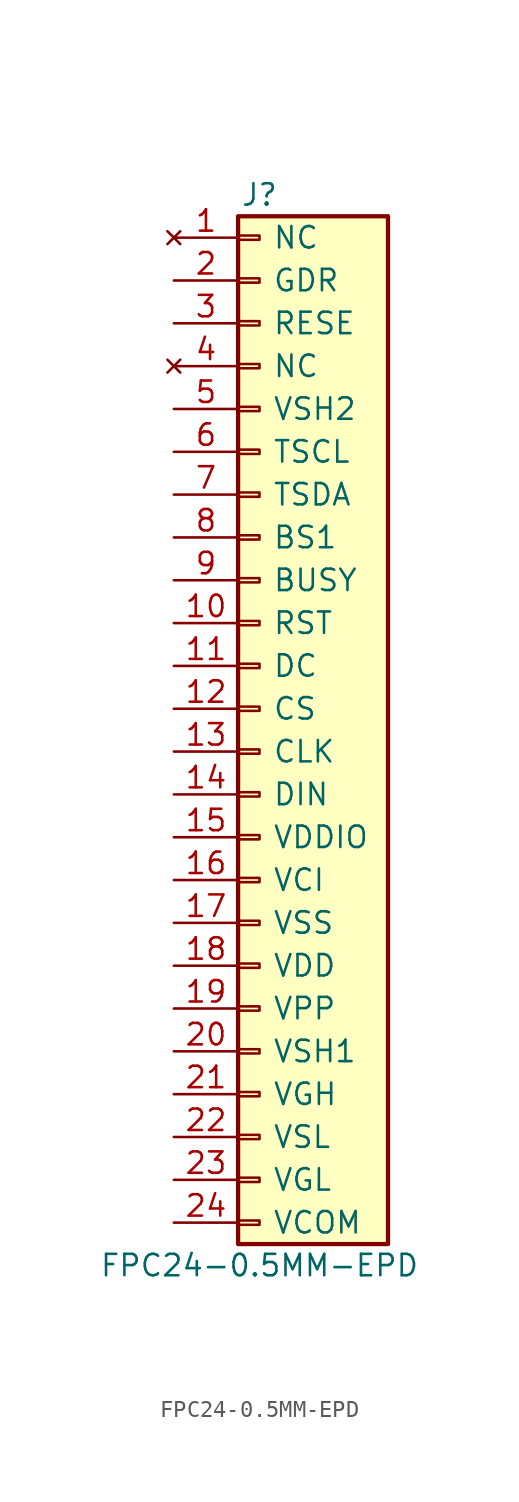
<source format=kicad_sym>
(kicad_symbol_lib
  (version 20231120)
  (generator "kicad_symbol_editor")
  (generator_version "8.0")
  (symbol "FPC24-0.5MM-EPD"
    (pin_names
      (offset 2.032))
    (property "Reference" "J"
      (at 0 30.48 0)
      (effects (font (size 1.27 1.27))))
    (property "Value" "FPC24-0.5MM-EPD"
      (at 0 -33.02 0)
      (effects (font (size 1.27 1.27))))
    (symbol "FPC24-0.5MM-EPD_1_1"
      (rectangle (start -1.27 -30.353) (end 0 -30.607) (stroke (width 0.152) (type default)) (fill (type none)))
      (rectangle (start -1.27 -27.813) (end 0 -28.067) (stroke (width 0.152) (type default)) (fill (type none)))
      (rectangle (start -1.27 -25.273) (end 0 -25.527) (stroke (width 0.152) (type default)) (fill (type none)))
      (rectangle (start -1.27 -22.733) (end 0 -22.987) (stroke (width 0.152) (type default)) (fill (type none)))
      (rectangle (start -1.27 -20.193) (end 0 -20.447) (stroke (width 0.152) (type default)) (fill (type none)))
      (rectangle (start -1.27 -17.653) (end 0 -17.907) (stroke (width 0.152) (type default)) (fill (type none)))
      (rectangle (start -1.27 -15.113) (end 0 -15.367) (stroke (width 0.152) (type default)) (fill (type none)))
      (rectangle (start -1.27 -12.573) (end 0 -12.827) (stroke (width 0.152) (type default)) (fill (type none)))
      (rectangle (start -1.27 -10.033) (end 0 -10.287) (stroke (width 0.152) (type default)) (fill (type none)))
      (rectangle (start -1.27 -7.493) (end 0 -7.747) (stroke (width 0.152) (type default)) (fill (type none)))
      (rectangle (start -1.27 -4.953) (end 0 -5.207) (stroke (width 0.152) (type default)) (fill (type none)))
      (rectangle (start -1.27 -2.413) (end 0 -2.667) (stroke (width 0.152) (type default)) (fill (type none)))
      (rectangle (start -1.27 0.127) (end 0 -0.127) (stroke (width 0.152) (type default)) (fill (type none)))
      (rectangle (start -1.27 2.667) (end 0 2.413) (stroke (width 0.152) (type default)) (fill (type none)))
      (rectangle (start -1.27 5.207) (end 0 4.953) (stroke (width 0.152) (type default)) (fill (type none)))
      (rectangle (start -1.27 7.747) (end 0 7.493) (stroke (width 0.152) (type default)) (fill (type none)))
      (rectangle (start -1.27 10.287) (end 0 10.033) (stroke (width 0.152) (type default)) (fill (type none)))
      (rectangle (start -1.27 12.827) (end 0 12.573) (stroke (width 0.152) (type default)) (fill (type none)))
      (rectangle (start -1.27 15.367) (end 0 15.113) (stroke (width 0.152) (type default)) (fill (type none)))
      (rectangle (start -1.27 17.907) (end 0 17.653) (stroke (width 0.152) (type default)) (fill (type none)))
      (rectangle (start -1.27 20.447) (end 0 20.193) (stroke (width 0.152) (type default)) (fill (type none)))
      (rectangle (start -1.27 22.987) (end 0 22.733) (stroke (width 0.152) (type default)) (fill (type none)))
      (rectangle (start -1.27 25.527) (end 0 25.273) (stroke (width 0.152) (type default)) (fill (type none)))
      (rectangle (start -1.27 28.067) (end 0 27.813) (stroke (width 0.152) (type default)) (fill (type none)))
      (rectangle (start -1.27 29.21) (end 7.62 -31.75) (stroke (width 0.254) (type default)) (fill (type background)))
      (pin no_connect line (at -5.08 27.94 0) (length 3.81) (name "NC" (effects (font (size 1.27 1.27)))) (number "1" (effects (font (size 1.27 1.27)))))
      (pin passive line (at -5.08 5.08 0) (length 3.81) (name "RST" (effects (font (size 1.27 1.27)))) (number "10" (effects (font (size 1.27 1.27)))))
      (pin passive line (at -5.08 2.54 0) (length 3.81) (name "DC" (effects (font (size 1.27 1.27)))) (number "11" (effects (font (size 1.27 1.27)))))
      (pin passive line (at -5.08 0 0) (length 3.81) (name "CS" (effects (font (size 1.27 1.27)))) (number "12" (effects (font (size 1.27 1.27)))))
      (pin passive line (at -5.08 -2.54 0) (length 3.81) (name "CLK" (effects (font (size 1.27 1.27)))) (number "13" (effects (font (size 1.27 1.27)))))
      (pin passive line (at -5.08 -5.08 0) (length 3.81) (name "DIN" (effects (font (size 1.27 1.27)))) (number "14" (effects (font (size 1.27 1.27)))))
      (pin passive line (at -5.08 -7.62 0) (length 3.81) (name "VDDIO" (effects (font (size 1.27 1.27)))) (number "15" (effects (font (size 1.27 1.27)))))
      (pin passive line (at -5.08 -10.16 0) (length 3.81) (name "VCI" (effects (font (size 1.27 1.27)))) (number "16" (effects (font (size 1.27 1.27)))))
      (pin passive line (at -5.08 -12.7 0) (length 3.81) (name "VSS" (effects (font (size 1.27 1.27)))) (number "17" (effects (font (size 1.27 1.27)))))
      (pin passive line (at -5.08 -15.24 0) (length 3.81) (name "VDD" (effects (font (size 1.27 1.27)))) (number "18" (effects (font (size 1.27 1.27)))))
      (pin passive line (at -5.08 -17.78 0) (length 3.81) (name "VPP" (effects (font (size 1.27 1.27)))) (number "19" (effects (font (size 1.27 1.27)))))
      (pin passive line (at -5.08 25.4 0) (length 3.81) (name "GDR" (effects (font (size 1.27 1.27)))) (number "2" (effects (font (size 1.27 1.27)))))
      (pin passive line (at -5.08 -20.32 0) (length 3.81) (name "VSH1" (effects (font (size 1.27 1.27)))) (number "20" (effects (font (size 1.27 1.27)))))
      (pin passive line (at -5.08 -22.86 0) (length 3.81) (name "VGH" (effects (font (size 1.27 1.27)))) (number "21" (effects (font (size 1.27 1.27)))))
      (pin passive line (at -5.08 -25.4 0) (length 3.81) (name "VSL" (effects (font (size 1.27 1.27)))) (number "22" (effects (font (size 1.27 1.27)))))
      (pin passive line (at -5.08 -27.94 0) (length 3.81) (name "VGL" (effects (font (size 1.27 1.27)))) (number "23" (effects (font (size 1.27 1.27)))))
      (pin passive line (at -5.08 -30.48 0) (length 3.81) (name "VCOM" (effects (font (size 1.27 1.27)))) (number "24" (effects (font (size 1.27 1.27)))))
      (pin passive line (at -5.08 22.86 0) (length 3.81) (name "RESE" (effects (font (size 1.27 1.27)))) (number "3" (effects (font (size 1.27 1.27)))))
      (pin no_connect line (at -5.08 20.32 0) (length 3.81) (name "NC" (effects (font (size 1.27 1.27)))) (number "4" (effects (font (size 1.27 1.27)))))
      (pin passive line (at -5.08 17.78 0) (length 3.81) (name "VSH2" (effects (font (size 1.27 1.27)))) (number "5" (effects (font (size 1.27 1.27)))))
      (pin passive line (at -5.08 15.24 0) (length 3.81) (name "TSCL" (effects (font (size 1.27 1.27)))) (number "6" (effects (font (size 1.27 1.27)))))
      (pin passive line (at -5.08 12.7 0) (length 3.81) (name "TSDA" (effects (font (size 1.27 1.27)))) (number "7" (effects (font (size 1.27 1.27)))))
      (pin passive line (at -5.08 10.16 0) (length 3.81) (name "BS1" (effects (font (size 1.27 1.27)))) (number "8" (effects (font (size 1.27 1.27)))))
      (pin passive line (at -5.08 7.62 0) (length 3.81) (name "BUSY" (effects (font (size 1.27 1.27)))) (number "9" (effects (font (size 1.27 1.27))))))))
</source>
